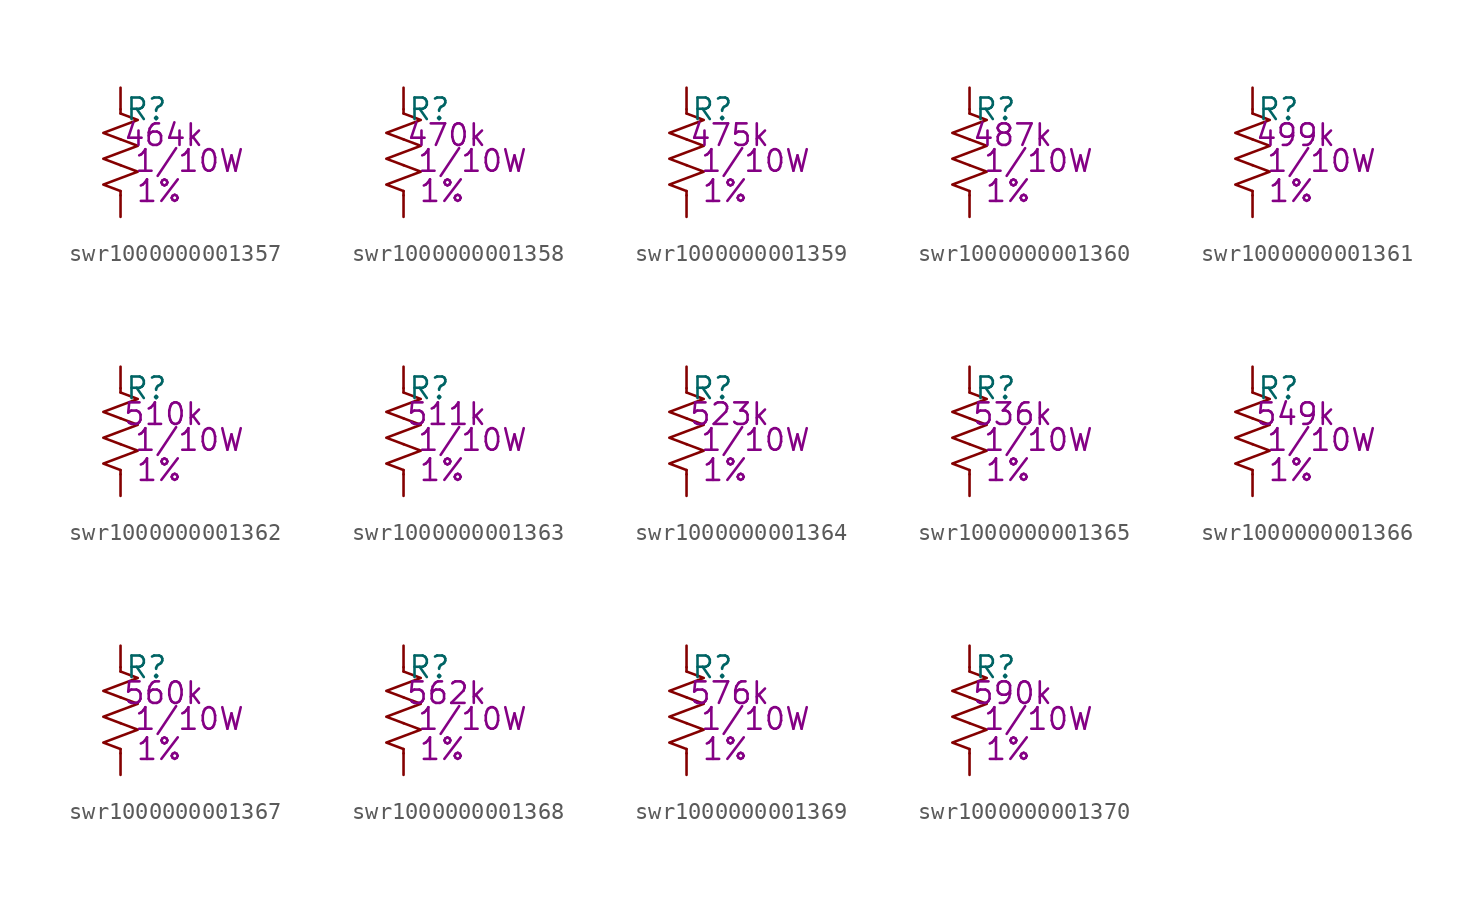
<source format=kicad_sym>
(kicad_symbol_lib
  (version 20211014)
  (generator kicad_symbol_editor)
  (symbol "swr1000000001357"
    (pin_numbers hide)
    (pin_names
      (offset 1.016))
    (property "Reference" "R"
      (at 1.524 2.54 0)
      (effects (font (size 1.27 1.27))))
    (property "PartValue" "464k"
      (at 2.54 1.016 0)
      (effects (font (size 1.27 1.27))))
    (property "Tolerance" "1%"
      (at 2.286 -2.286 0)
      (effects (font (size 1.27 1.27))))
    (property "Wattage" "1/10W"
      (at 4.064 -0.508 0)
      (effects (font (size 1.27 1.27))))
    (symbol "swr1000000001357_1_1"
      (polyline (pts (xy 0 -2.286) (xy 0 -2.54)) (stroke (width 0) (type default) (color 0 0 0 0)) (fill (type none)))
      (polyline (pts (xy 0 2.286) (xy 0 2.54)) (stroke (width 0) (type default) (color 0 0 0 0)) (fill (type none)))
      (polyline (pts (xy 0 -0.762) (xy 1.016 -1.143) (xy 0 -1.524) (xy -1.016 -1.905) (xy 0 -2.286)) (stroke (width 0) (type default) (color 0 0 0 0)) (fill (type none)))
      (polyline (pts (xy 0 0.762) (xy 1.016 0.381) (xy 0 0) (xy -1.016 -0.381) (xy 0 -0.762)) (stroke (width 0) (type default) (color 0 0 0 0)) (fill (type none)))
      (polyline (pts (xy 0 2.286) (xy 1.016 1.905) (xy 0 1.524) (xy -1.016 1.143) (xy 0 0.762)) (stroke (width 0) (type default) (color 0 0 0 0)) (fill (type none)))
      (pin passive line (at 0 3.81 270) (length 1.27) (name "~" (effects (font (size 1.27 1.27)))) (number "1" (effects (font (size 1.27 1.27)))))
      (pin passive line (at 0 -3.81 90) (length 1.27) (name "~" (effects (font (size 1.27 1.27)))) (number "2" (effects (font (size 1.27 1.27)))))))
  (symbol "swr1000000001358"
    (pin_numbers hide)
    (pin_names
      (offset 1.016))
    (property "Reference" "R"
      (at 1.524 2.54 0)
      (effects (font (size 1.27 1.27))))
    (property "PartValue" "470k"
      (at 2.54 1.016 0)
      (effects (font (size 1.27 1.27))))
    (property "Tolerance" "1%"
      (at 2.286 -2.286 0)
      (effects (font (size 1.27 1.27))))
    (property "Wattage" "1/10W"
      (at 4.064 -0.508 0)
      (effects (font (size 1.27 1.27))))
    (symbol "swr1000000001358_1_1"
      (polyline (pts (xy 0 -2.286) (xy 0 -2.54)) (stroke (width 0) (type default) (color 0 0 0 0)) (fill (type none)))
      (polyline (pts (xy 0 2.286) (xy 0 2.54)) (stroke (width 0) (type default) (color 0 0 0 0)) (fill (type none)))
      (polyline (pts (xy 0 -0.762) (xy 1.016 -1.143) (xy 0 -1.524) (xy -1.016 -1.905) (xy 0 -2.286)) (stroke (width 0) (type default) (color 0 0 0 0)) (fill (type none)))
      (polyline (pts (xy 0 0.762) (xy 1.016 0.381) (xy 0 0) (xy -1.016 -0.381) (xy 0 -0.762)) (stroke (width 0) (type default) (color 0 0 0 0)) (fill (type none)))
      (polyline (pts (xy 0 2.286) (xy 1.016 1.905) (xy 0 1.524) (xy -1.016 1.143) (xy 0 0.762)) (stroke (width 0) (type default) (color 0 0 0 0)) (fill (type none)))
      (pin passive line (at 0 3.81 270) (length 1.27) (name "~" (effects (font (size 1.27 1.27)))) (number "1" (effects (font (size 1.27 1.27)))))
      (pin passive line (at 0 -3.81 90) (length 1.27) (name "~" (effects (font (size 1.27 1.27)))) (number "2" (effects (font (size 1.27 1.27)))))))
  (symbol "swr1000000001359"
    (pin_numbers hide)
    (pin_names
      (offset 1.016))
    (property "Reference" "R"
      (at 1.524 2.54 0)
      (effects (font (size 1.27 1.27))))
    (property "PartValue" "475k"
      (at 2.54 1.016 0)
      (effects (font (size 1.27 1.27))))
    (property "Tolerance" "1%"
      (at 2.286 -2.286 0)
      (effects (font (size 1.27 1.27))))
    (property "Wattage" "1/10W"
      (at 4.064 -0.508 0)
      (effects (font (size 1.27 1.27))))
    (symbol "swr1000000001359_1_1"
      (polyline (pts (xy 0 -2.286) (xy 0 -2.54)) (stroke (width 0) (type default) (color 0 0 0 0)) (fill (type none)))
      (polyline (pts (xy 0 2.286) (xy 0 2.54)) (stroke (width 0) (type default) (color 0 0 0 0)) (fill (type none)))
      (polyline (pts (xy 0 -0.762) (xy 1.016 -1.143) (xy 0 -1.524) (xy -1.016 -1.905) (xy 0 -2.286)) (stroke (width 0) (type default) (color 0 0 0 0)) (fill (type none)))
      (polyline (pts (xy 0 0.762) (xy 1.016 0.381) (xy 0 0) (xy -1.016 -0.381) (xy 0 -0.762)) (stroke (width 0) (type default) (color 0 0 0 0)) (fill (type none)))
      (polyline (pts (xy 0 2.286) (xy 1.016 1.905) (xy 0 1.524) (xy -1.016 1.143) (xy 0 0.762)) (stroke (width 0) (type default) (color 0 0 0 0)) (fill (type none)))
      (pin passive line (at 0 3.81 270) (length 1.27) (name "~" (effects (font (size 1.27 1.27)))) (number "1" (effects (font (size 1.27 1.27)))))
      (pin passive line (at 0 -3.81 90) (length 1.27) (name "~" (effects (font (size 1.27 1.27)))) (number "2" (effects (font (size 1.27 1.27)))))))
  (symbol "swr1000000001360"
    (pin_numbers hide)
    (pin_names
      (offset 1.016))
    (property "Reference" "R"
      (at 1.524 2.54 0)
      (effects (font (size 1.27 1.27))))
    (property "PartValue" "487k"
      (at 2.54 1.016 0)
      (effects (font (size 1.27 1.27))))
    (property "Tolerance" "1%"
      (at 2.286 -2.286 0)
      (effects (font (size 1.27 1.27))))
    (property "Wattage" "1/10W"
      (at 4.064 -0.508 0)
      (effects (font (size 1.27 1.27))))
    (symbol "swr1000000001360_1_1"
      (polyline (pts (xy 0 -2.286) (xy 0 -2.54)) (stroke (width 0) (type default) (color 0 0 0 0)) (fill (type none)))
      (polyline (pts (xy 0 2.286) (xy 0 2.54)) (stroke (width 0) (type default) (color 0 0 0 0)) (fill (type none)))
      (polyline (pts (xy 0 -0.762) (xy 1.016 -1.143) (xy 0 -1.524) (xy -1.016 -1.905) (xy 0 -2.286)) (stroke (width 0) (type default) (color 0 0 0 0)) (fill (type none)))
      (polyline (pts (xy 0 0.762) (xy 1.016 0.381) (xy 0 0) (xy -1.016 -0.381) (xy 0 -0.762)) (stroke (width 0) (type default) (color 0 0 0 0)) (fill (type none)))
      (polyline (pts (xy 0 2.286) (xy 1.016 1.905) (xy 0 1.524) (xy -1.016 1.143) (xy 0 0.762)) (stroke (width 0) (type default) (color 0 0 0 0)) (fill (type none)))
      (pin passive line (at 0 3.81 270) (length 1.27) (name "~" (effects (font (size 1.27 1.27)))) (number "1" (effects (font (size 1.27 1.27)))))
      (pin passive line (at 0 -3.81 90) (length 1.27) (name "~" (effects (font (size 1.27 1.27)))) (number "2" (effects (font (size 1.27 1.27)))))))
  (symbol "swr1000000001361"
    (pin_numbers hide)
    (pin_names
      (offset 1.016))
    (property "Reference" "R"
      (at 1.524 2.54 0)
      (effects (font (size 1.27 1.27))))
    (property "PartValue" "499k"
      (at 2.54 1.016 0)
      (effects (font (size 1.27 1.27))))
    (property "Tolerance" "1%"
      (at 2.286 -2.286 0)
      (effects (font (size 1.27 1.27))))
    (property "Wattage" "1/10W"
      (at 4.064 -0.508 0)
      (effects (font (size 1.27 1.27))))
    (symbol "swr1000000001361_1_1"
      (polyline (pts (xy 0 -2.286) (xy 0 -2.54)) (stroke (width 0) (type default) (color 0 0 0 0)) (fill (type none)))
      (polyline (pts (xy 0 2.286) (xy 0 2.54)) (stroke (width 0) (type default) (color 0 0 0 0)) (fill (type none)))
      (polyline (pts (xy 0 -0.762) (xy 1.016 -1.143) (xy 0 -1.524) (xy -1.016 -1.905) (xy 0 -2.286)) (stroke (width 0) (type default) (color 0 0 0 0)) (fill (type none)))
      (polyline (pts (xy 0 0.762) (xy 1.016 0.381) (xy 0 0) (xy -1.016 -0.381) (xy 0 -0.762)) (stroke (width 0) (type default) (color 0 0 0 0)) (fill (type none)))
      (polyline (pts (xy 0 2.286) (xy 1.016 1.905) (xy 0 1.524) (xy -1.016 1.143) (xy 0 0.762)) (stroke (width 0) (type default) (color 0 0 0 0)) (fill (type none)))
      (pin passive line (at 0 3.81 270) (length 1.27) (name "~" (effects (font (size 1.27 1.27)))) (number "1" (effects (font (size 1.27 1.27)))))
      (pin passive line (at 0 -3.81 90) (length 1.27) (name "~" (effects (font (size 1.27 1.27)))) (number "2" (effects (font (size 1.27 1.27)))))))
  (symbol "swr1000000001362"
    (pin_numbers hide)
    (pin_names
      (offset 1.016))
    (property "Reference" "R"
      (at 1.524 2.54 0)
      (effects (font (size 1.27 1.27))))
    (property "PartValue" "510k"
      (at 2.54 1.016 0)
      (effects (font (size 1.27 1.27))))
    (property "Tolerance" "1%"
      (at 2.286 -2.286 0)
      (effects (font (size 1.27 1.27))))
    (property "Wattage" "1/10W"
      (at 4.064 -0.508 0)
      (effects (font (size 1.27 1.27))))
    (symbol "swr1000000001362_1_1"
      (polyline (pts (xy 0 -2.286) (xy 0 -2.54)) (stroke (width 0) (type default) (color 0 0 0 0)) (fill (type none)))
      (polyline (pts (xy 0 2.286) (xy 0 2.54)) (stroke (width 0) (type default) (color 0 0 0 0)) (fill (type none)))
      (polyline (pts (xy 0 -0.762) (xy 1.016 -1.143) (xy 0 -1.524) (xy -1.016 -1.905) (xy 0 -2.286)) (stroke (width 0) (type default) (color 0 0 0 0)) (fill (type none)))
      (polyline (pts (xy 0 0.762) (xy 1.016 0.381) (xy 0 0) (xy -1.016 -0.381) (xy 0 -0.762)) (stroke (width 0) (type default) (color 0 0 0 0)) (fill (type none)))
      (polyline (pts (xy 0 2.286) (xy 1.016 1.905) (xy 0 1.524) (xy -1.016 1.143) (xy 0 0.762)) (stroke (width 0) (type default) (color 0 0 0 0)) (fill (type none)))
      (pin passive line (at 0 3.81 270) (length 1.27) (name "~" (effects (font (size 1.27 1.27)))) (number "1" (effects (font (size 1.27 1.27)))))
      (pin passive line (at 0 -3.81 90) (length 1.27) (name "~" (effects (font (size 1.27 1.27)))) (number "2" (effects (font (size 1.27 1.27)))))))
  (symbol "swr1000000001363"
    (pin_numbers hide)
    (pin_names
      (offset 1.016))
    (property "Reference" "R"
      (at 1.524 2.54 0)
      (effects (font (size 1.27 1.27))))
    (property "PartValue" "511k"
      (at 2.54 1.016 0)
      (effects (font (size 1.27 1.27))))
    (property "Tolerance" "1%"
      (at 2.286 -2.286 0)
      (effects (font (size 1.27 1.27))))
    (property "Wattage" "1/10W"
      (at 4.064 -0.508 0)
      (effects (font (size 1.27 1.27))))
    (symbol "swr1000000001363_1_1"
      (polyline (pts (xy 0 -2.286) (xy 0 -2.54)) (stroke (width 0) (type default) (color 0 0 0 0)) (fill (type none)))
      (polyline (pts (xy 0 2.286) (xy 0 2.54)) (stroke (width 0) (type default) (color 0 0 0 0)) (fill (type none)))
      (polyline (pts (xy 0 -0.762) (xy 1.016 -1.143) (xy 0 -1.524) (xy -1.016 -1.905) (xy 0 -2.286)) (stroke (width 0) (type default) (color 0 0 0 0)) (fill (type none)))
      (polyline (pts (xy 0 0.762) (xy 1.016 0.381) (xy 0 0) (xy -1.016 -0.381) (xy 0 -0.762)) (stroke (width 0) (type default) (color 0 0 0 0)) (fill (type none)))
      (polyline (pts (xy 0 2.286) (xy 1.016 1.905) (xy 0 1.524) (xy -1.016 1.143) (xy 0 0.762)) (stroke (width 0) (type default) (color 0 0 0 0)) (fill (type none)))
      (pin passive line (at 0 3.81 270) (length 1.27) (name "~" (effects (font (size 1.27 1.27)))) (number "1" (effects (font (size 1.27 1.27)))))
      (pin passive line (at 0 -3.81 90) (length 1.27) (name "~" (effects (font (size 1.27 1.27)))) (number "2" (effects (font (size 1.27 1.27)))))))
  (symbol "swr1000000001364"
    (pin_numbers hide)
    (pin_names
      (offset 1.016))
    (property "Reference" "R"
      (at 1.524 2.54 0)
      (effects (font (size 1.27 1.27))))
    (property "PartValue" "523k"
      (at 2.54 1.016 0)
      (effects (font (size 1.27 1.27))))
    (property "Tolerance" "1%"
      (at 2.286 -2.286 0)
      (effects (font (size 1.27 1.27))))
    (property "Wattage" "1/10W"
      (at 4.064 -0.508 0)
      (effects (font (size 1.27 1.27))))
    (symbol "swr1000000001364_1_1"
      (polyline (pts (xy 0 -2.286) (xy 0 -2.54)) (stroke (width 0) (type default) (color 0 0 0 0)) (fill (type none)))
      (polyline (pts (xy 0 2.286) (xy 0 2.54)) (stroke (width 0) (type default) (color 0 0 0 0)) (fill (type none)))
      (polyline (pts (xy 0 -0.762) (xy 1.016 -1.143) (xy 0 -1.524) (xy -1.016 -1.905) (xy 0 -2.286)) (stroke (width 0) (type default) (color 0 0 0 0)) (fill (type none)))
      (polyline (pts (xy 0 0.762) (xy 1.016 0.381) (xy 0 0) (xy -1.016 -0.381) (xy 0 -0.762)) (stroke (width 0) (type default) (color 0 0 0 0)) (fill (type none)))
      (polyline (pts (xy 0 2.286) (xy 1.016 1.905) (xy 0 1.524) (xy -1.016 1.143) (xy 0 0.762)) (stroke (width 0) (type default) (color 0 0 0 0)) (fill (type none)))
      (pin passive line (at 0 3.81 270) (length 1.27) (name "~" (effects (font (size 1.27 1.27)))) (number "1" (effects (font (size 1.27 1.27)))))
      (pin passive line (at 0 -3.81 90) (length 1.27) (name "~" (effects (font (size 1.27 1.27)))) (number "2" (effects (font (size 1.27 1.27)))))))
  (symbol "swr1000000001365"
    (pin_numbers hide)
    (pin_names
      (offset 1.016))
    (property "Reference" "R"
      (at 1.524 2.54 0)
      (effects (font (size 1.27 1.27))))
    (property "PartValue" "536k"
      (at 2.54 1.016 0)
      (effects (font (size 1.27 1.27))))
    (property "Tolerance" "1%"
      (at 2.286 -2.286 0)
      (effects (font (size 1.27 1.27))))
    (property "Wattage" "1/10W"
      (at 4.064 -0.508 0)
      (effects (font (size 1.27 1.27))))
    (symbol "swr1000000001365_1_1"
      (polyline (pts (xy 0 -2.286) (xy 0 -2.54)) (stroke (width 0) (type default) (color 0 0 0 0)) (fill (type none)))
      (polyline (pts (xy 0 2.286) (xy 0 2.54)) (stroke (width 0) (type default) (color 0 0 0 0)) (fill (type none)))
      (polyline (pts (xy 0 -0.762) (xy 1.016 -1.143) (xy 0 -1.524) (xy -1.016 -1.905) (xy 0 -2.286)) (stroke (width 0) (type default) (color 0 0 0 0)) (fill (type none)))
      (polyline (pts (xy 0 0.762) (xy 1.016 0.381) (xy 0 0) (xy -1.016 -0.381) (xy 0 -0.762)) (stroke (width 0) (type default) (color 0 0 0 0)) (fill (type none)))
      (polyline (pts (xy 0 2.286) (xy 1.016 1.905) (xy 0 1.524) (xy -1.016 1.143) (xy 0 0.762)) (stroke (width 0) (type default) (color 0 0 0 0)) (fill (type none)))
      (pin passive line (at 0 3.81 270) (length 1.27) (name "~" (effects (font (size 1.27 1.27)))) (number "1" (effects (font (size 1.27 1.27)))))
      (pin passive line (at 0 -3.81 90) (length 1.27) (name "~" (effects (font (size 1.27 1.27)))) (number "2" (effects (font (size 1.27 1.27)))))))
  (symbol "swr1000000001366"
    (pin_numbers hide)
    (pin_names
      (offset 1.016))
    (property "Reference" "R"
      (at 1.524 2.54 0)
      (effects (font (size 1.27 1.27))))
    (property "PartValue" "549k"
      (at 2.54 1.016 0)
      (effects (font (size 1.27 1.27))))
    (property "Tolerance" "1%"
      (at 2.286 -2.286 0)
      (effects (font (size 1.27 1.27))))
    (property "Wattage" "1/10W"
      (at 4.064 -0.508 0)
      (effects (font (size 1.27 1.27))))
    (symbol "swr1000000001366_1_1"
      (polyline (pts (xy 0 -2.286) (xy 0 -2.54)) (stroke (width 0) (type default) (color 0 0 0 0)) (fill (type none)))
      (polyline (pts (xy 0 2.286) (xy 0 2.54)) (stroke (width 0) (type default) (color 0 0 0 0)) (fill (type none)))
      (polyline (pts (xy 0 -0.762) (xy 1.016 -1.143) (xy 0 -1.524) (xy -1.016 -1.905) (xy 0 -2.286)) (stroke (width 0) (type default) (color 0 0 0 0)) (fill (type none)))
      (polyline (pts (xy 0 0.762) (xy 1.016 0.381) (xy 0 0) (xy -1.016 -0.381) (xy 0 -0.762)) (stroke (width 0) (type default) (color 0 0 0 0)) (fill (type none)))
      (polyline (pts (xy 0 2.286) (xy 1.016 1.905) (xy 0 1.524) (xy -1.016 1.143) (xy 0 0.762)) (stroke (width 0) (type default) (color 0 0 0 0)) (fill (type none)))
      (pin passive line (at 0 3.81 270) (length 1.27) (name "~" (effects (font (size 1.27 1.27)))) (number "1" (effects (font (size 1.27 1.27)))))
      (pin passive line (at 0 -3.81 90) (length 1.27) (name "~" (effects (font (size 1.27 1.27)))) (number "2" (effects (font (size 1.27 1.27)))))))
  (symbol "swr1000000001367"
    (pin_numbers hide)
    (pin_names
      (offset 1.016))
    (property "Reference" "R"
      (at 1.524 2.54 0)
      (effects (font (size 1.27 1.27))))
    (property "PartValue" "560k"
      (at 2.54 1.016 0)
      (effects (font (size 1.27 1.27))))
    (property "Tolerance" "1%"
      (at 2.286 -2.286 0)
      (effects (font (size 1.27 1.27))))
    (property "Wattage" "1/10W"
      (at 4.064 -0.508 0)
      (effects (font (size 1.27 1.27))))
    (symbol "swr1000000001367_1_1"
      (polyline (pts (xy 0 -2.286) (xy 0 -2.54)) (stroke (width 0) (type default) (color 0 0 0 0)) (fill (type none)))
      (polyline (pts (xy 0 2.286) (xy 0 2.54)) (stroke (width 0) (type default) (color 0 0 0 0)) (fill (type none)))
      (polyline (pts (xy 0 -0.762) (xy 1.016 -1.143) (xy 0 -1.524) (xy -1.016 -1.905) (xy 0 -2.286)) (stroke (width 0) (type default) (color 0 0 0 0)) (fill (type none)))
      (polyline (pts (xy 0 0.762) (xy 1.016 0.381) (xy 0 0) (xy -1.016 -0.381) (xy 0 -0.762)) (stroke (width 0) (type default) (color 0 0 0 0)) (fill (type none)))
      (polyline (pts (xy 0 2.286) (xy 1.016 1.905) (xy 0 1.524) (xy -1.016 1.143) (xy 0 0.762)) (stroke (width 0) (type default) (color 0 0 0 0)) (fill (type none)))
      (pin passive line (at 0 3.81 270) (length 1.27) (name "~" (effects (font (size 1.27 1.27)))) (number "1" (effects (font (size 1.27 1.27)))))
      (pin passive line (at 0 -3.81 90) (length 1.27) (name "~" (effects (font (size 1.27 1.27)))) (number "2" (effects (font (size 1.27 1.27)))))))
  (symbol "swr1000000001368"
    (pin_numbers hide)
    (pin_names
      (offset 1.016))
    (property "Reference" "R"
      (at 1.524 2.54 0)
      (effects (font (size 1.27 1.27))))
    (property "PartValue" "562k"
      (at 2.54 1.016 0)
      (effects (font (size 1.27 1.27))))
    (property "Tolerance" "1%"
      (at 2.286 -2.286 0)
      (effects (font (size 1.27 1.27))))
    (property "Wattage" "1/10W"
      (at 4.064 -0.508 0)
      (effects (font (size 1.27 1.27))))
    (symbol "swr1000000001368_1_1"
      (polyline (pts (xy 0 -2.286) (xy 0 -2.54)) (stroke (width 0) (type default) (color 0 0 0 0)) (fill (type none)))
      (polyline (pts (xy 0 2.286) (xy 0 2.54)) (stroke (width 0) (type default) (color 0 0 0 0)) (fill (type none)))
      (polyline (pts (xy 0 -0.762) (xy 1.016 -1.143) (xy 0 -1.524) (xy -1.016 -1.905) (xy 0 -2.286)) (stroke (width 0) (type default) (color 0 0 0 0)) (fill (type none)))
      (polyline (pts (xy 0 0.762) (xy 1.016 0.381) (xy 0 0) (xy -1.016 -0.381) (xy 0 -0.762)) (stroke (width 0) (type default) (color 0 0 0 0)) (fill (type none)))
      (polyline (pts (xy 0 2.286) (xy 1.016 1.905) (xy 0 1.524) (xy -1.016 1.143) (xy 0 0.762)) (stroke (width 0) (type default) (color 0 0 0 0)) (fill (type none)))
      (pin passive line (at 0 3.81 270) (length 1.27) (name "~" (effects (font (size 1.27 1.27)))) (number "1" (effects (font (size 1.27 1.27)))))
      (pin passive line (at 0 -3.81 90) (length 1.27) (name "~" (effects (font (size 1.27 1.27)))) (number "2" (effects (font (size 1.27 1.27)))))))
  (symbol "swr1000000001369"
    (pin_numbers hide)
    (pin_names
      (offset 1.016))
    (property "Reference" "R"
      (at 1.524 2.54 0)
      (effects (font (size 1.27 1.27))))
    (property "PartValue" "576k"
      (at 2.54 1.016 0)
      (effects (font (size 1.27 1.27))))
    (property "Tolerance" "1%"
      (at 2.286 -2.286 0)
      (effects (font (size 1.27 1.27))))
    (property "Wattage" "1/10W"
      (at 4.064 -0.508 0)
      (effects (font (size 1.27 1.27))))
    (symbol "swr1000000001369_1_1"
      (polyline (pts (xy 0 -2.286) (xy 0 -2.54)) (stroke (width 0) (type default) (color 0 0 0 0)) (fill (type none)))
      (polyline (pts (xy 0 2.286) (xy 0 2.54)) (stroke (width 0) (type default) (color 0 0 0 0)) (fill (type none)))
      (polyline (pts (xy 0 -0.762) (xy 1.016 -1.143) (xy 0 -1.524) (xy -1.016 -1.905) (xy 0 -2.286)) (stroke (width 0) (type default) (color 0 0 0 0)) (fill (type none)))
      (polyline (pts (xy 0 0.762) (xy 1.016 0.381) (xy 0 0) (xy -1.016 -0.381) (xy 0 -0.762)) (stroke (width 0) (type default) (color 0 0 0 0)) (fill (type none)))
      (polyline (pts (xy 0 2.286) (xy 1.016 1.905) (xy 0 1.524) (xy -1.016 1.143) (xy 0 0.762)) (stroke (width 0) (type default) (color 0 0 0 0)) (fill (type none)))
      (pin passive line (at 0 3.81 270) (length 1.27) (name "~" (effects (font (size 1.27 1.27)))) (number "1" (effects (font (size 1.27 1.27)))))
      (pin passive line (at 0 -3.81 90) (length 1.27) (name "~" (effects (font (size 1.27 1.27)))) (number "2" (effects (font (size 1.27 1.27)))))))
  (symbol "swr1000000001370"
    (pin_numbers hide)
    (pin_names
      (offset 1.016))
    (property "Reference" "R"
      (at 1.524 2.54 0)
      (effects (font (size 1.27 1.27))))
    (property "PartValue" "590k"
      (at 2.54 1.016 0)
      (effects (font (size 1.27 1.27))))
    (property "Tolerance" "1%"
      (at 2.286 -2.286 0)
      (effects (font (size 1.27 1.27))))
    (property "Wattage" "1/10W"
      (at 4.064 -0.508 0)
      (effects (font (size 1.27 1.27))))
    (symbol "swr1000000001370_1_1"
      (polyline (pts (xy 0 -2.286) (xy 0 -2.54)) (stroke (width 0) (type default) (color 0 0 0 0)) (fill (type none)))
      (polyline (pts (xy 0 2.286) (xy 0 2.54)) (stroke (width 0) (type default) (color 0 0 0 0)) (fill (type none)))
      (polyline (pts (xy 0 -0.762) (xy 1.016 -1.143) (xy 0 -1.524) (xy -1.016 -1.905) (xy 0 -2.286)) (stroke (width 0) (type default) (color 0 0 0 0)) (fill (type none)))
      (polyline (pts (xy 0 0.762) (xy 1.016 0.381) (xy 0 0) (xy -1.016 -0.381) (xy 0 -0.762)) (stroke (width 0) (type default) (color 0 0 0 0)) (fill (type none)))
      (polyline (pts (xy 0 2.286) (xy 1.016 1.905) (xy 0 1.524) (xy -1.016 1.143) (xy 0 0.762)) (stroke (width 0) (type default) (color 0 0 0 0)) (fill (type none)))
      (pin passive line (at 0 3.81 270) (length 1.27) (name "~" (effects (font (size 1.27 1.27)))) (number "1" (effects (font (size 1.27 1.27)))))
      (pin passive line (at 0 -3.81 90) (length 1.27) (name "~" (effects (font (size 1.27 1.27)))) (number "2" (effects (font (size 1.27 1.27))))))))
</source>
